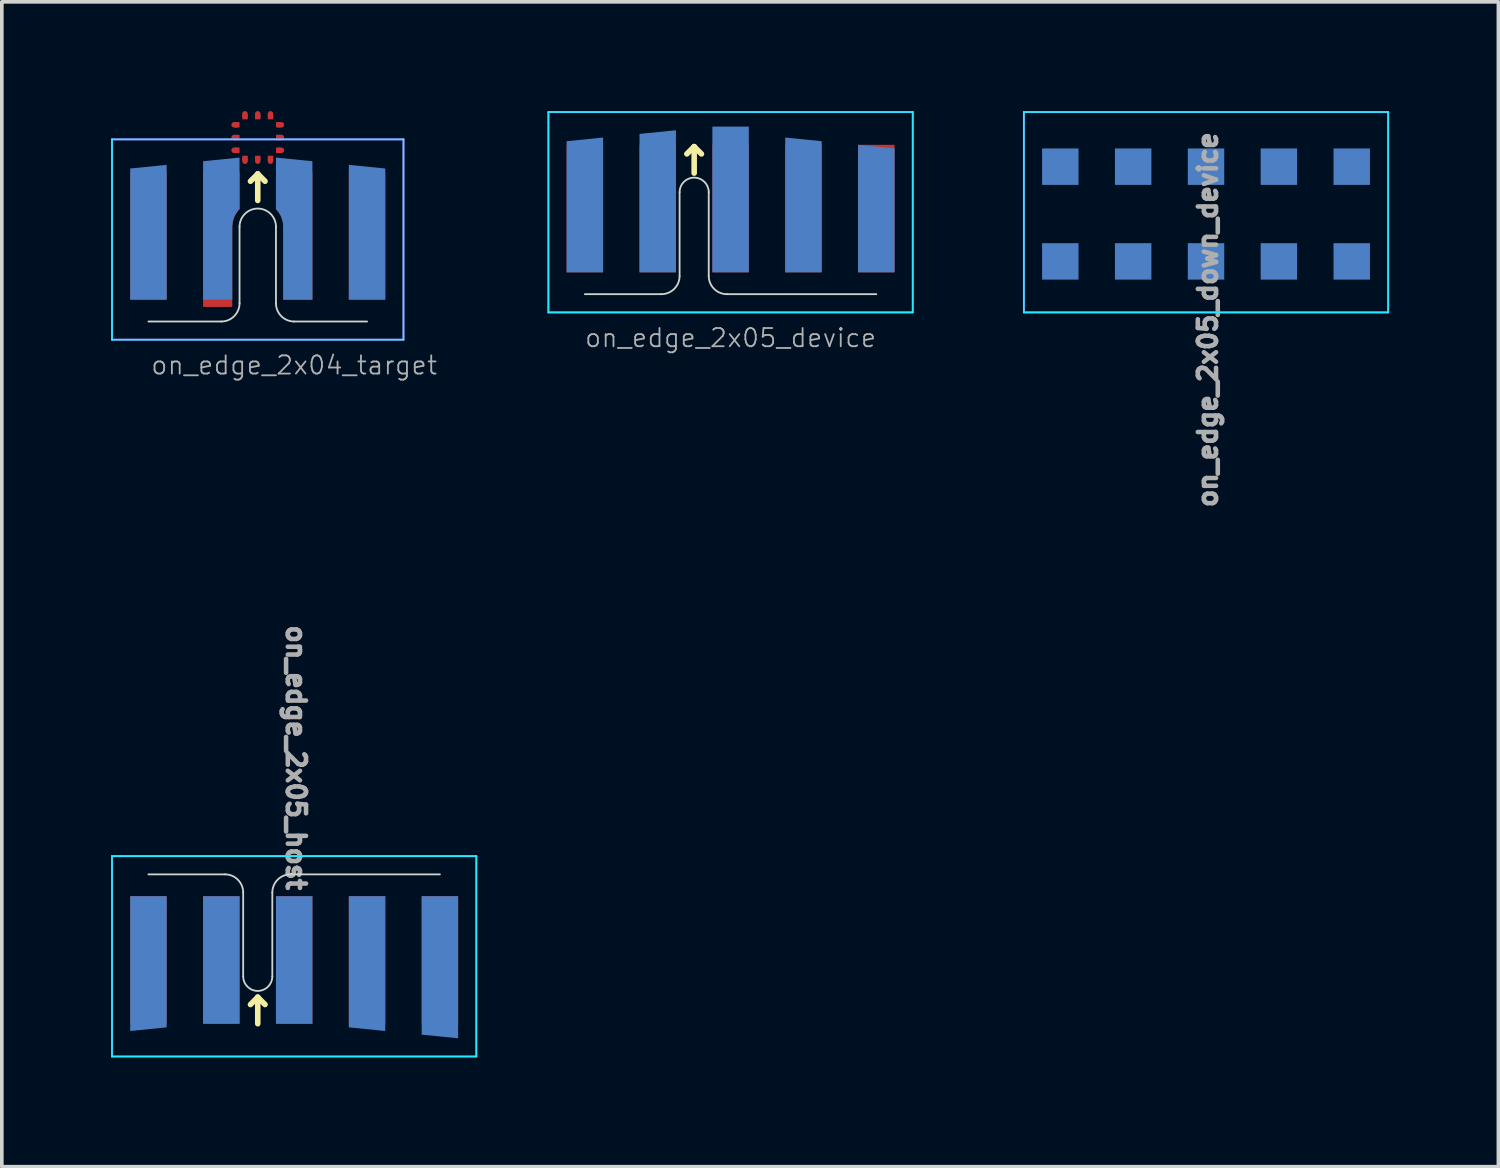
<source format=kicad_pcb>
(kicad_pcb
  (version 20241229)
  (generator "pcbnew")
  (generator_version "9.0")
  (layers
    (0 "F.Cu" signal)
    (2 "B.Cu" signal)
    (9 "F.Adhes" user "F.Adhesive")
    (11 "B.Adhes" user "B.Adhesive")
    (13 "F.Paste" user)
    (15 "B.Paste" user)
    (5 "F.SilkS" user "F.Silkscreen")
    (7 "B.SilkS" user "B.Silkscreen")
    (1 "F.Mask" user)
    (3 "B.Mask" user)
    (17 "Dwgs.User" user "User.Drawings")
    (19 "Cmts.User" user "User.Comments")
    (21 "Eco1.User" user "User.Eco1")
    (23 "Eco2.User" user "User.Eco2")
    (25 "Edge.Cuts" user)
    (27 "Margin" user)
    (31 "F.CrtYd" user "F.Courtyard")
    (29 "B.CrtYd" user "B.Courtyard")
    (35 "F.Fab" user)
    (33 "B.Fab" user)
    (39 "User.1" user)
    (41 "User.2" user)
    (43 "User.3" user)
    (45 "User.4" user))
  (footprint "on_edge_2x04_target"
    (layer "F.Cu")
    (at 5.025 5.775)
    (property "Reference" "on_edge_2x04_target" (at 0 1.2 0) (unlocked yes) (layer "F.Fab") (effects (font (size 0.5 0.5) (thickness 0.05))))
    (attr exclude_from_pos_files exclude_from_bom)
    (fp_line (start -1.6 -5.4) (end -1.65 -5.4) (stroke (width 0.15) (type solid)) (layer "F.Cu"))
    (fp_line (start -1.6 -5.05) (end -1.65 -5.05) (stroke (width 0.15) (type solid)) (layer "F.Cu"))
    (fp_line (start -1.6 -4.7) (end -1.65 -4.7) (stroke (width 0.15) (type solid)) (layer "F.Cu"))
    (fp_line (start -1.35 -5.65) (end -1.35 -5.7) (stroke (width 0.15) (type solid)) (layer "F.Cu"))
    (fp_line (start -1.35 -4.45) (end -1.35 -4.4) (stroke (width 0.15) (type solid)) (layer "F.Cu"))
    (fp_line (start -1 -5.65) (end -1 -5.7) (stroke (width 0.15) (type solid)) (layer "F.Cu"))
    (fp_line (start -1 -4.45) (end -1 -4.4) (stroke (width 0.15) (type solid)) (layer "F.Cu"))
    (fp_line (start -0.65 -5.65) (end -0.65 -5.7) (stroke (width 0.15) (type solid)) (layer "F.Cu"))
    (fp_line (start -0.65 -4.45) (end -0.65 -4.4) (stroke (width 0.15) (type solid)) (layer "F.Cu"))
    (fp_line (start -0.4 -5.4) (end -0.35 -5.4) (stroke (width 0.15) (type solid)) (layer "F.Cu"))
    (fp_line (start -0.4 -5.05) (end -0.35 -5.05) (stroke (width 0.15) (type solid)) (layer "F.Cu"))
    (fp_line (start -0.4 -4.7) (end -0.35 -4.7) (stroke (width 0.15) (type solid)) (layer "F.Cu"))
    (fp_poly (pts (xy -1.5 -5.475) (xy -1.5 -5.325) (xy -1.625 -5.325) (xy -1.625 -5.475)) (stroke (width 0) (type solid)) (fill yes) (layer "F.Cu"))
    (fp_poly (pts (xy -1.5 -5.125) (xy -1.5 -4.975) (xy -1.625 -4.975) (xy -1.625 -5.125)) (stroke (width 0) (type solid)) (fill yes) (layer "F.Cu"))
    (fp_poly (pts (xy -1.5 -4.775) (xy -1.5 -4.625) (xy -1.625 -4.625) (xy -1.625 -4.775)) (stroke (width 0) (type solid)) (fill yes) (layer "F.Cu"))
    (fp_poly (pts (xy -1.425 -4.55) (xy -1.275 -4.55) (xy -1.275 -4.425) (xy -1.425 -4.425)) (stroke (width 0) (type solid)) (fill yes) (layer "F.Cu"))
    (fp_poly (pts (xy -1.275 -5.55) (xy -1.425 -5.55) (xy -1.425 -5.675) (xy -1.275 -5.675)) (stroke (width 0) (type solid)) (fill yes) (layer "F.Cu"))
    (fp_poly (pts (xy -1.075 -4.55) (xy -0.925 -4.55) (xy -0.925 -4.425) (xy -1.075 -4.425)) (stroke (width 0) (type solid)) (fill yes) (layer "F.Cu"))
    (fp_poly (pts (xy -0.925 -5.55) (xy -1.075 -5.55) (xy -1.075 -5.675) (xy -0.925 -5.675)) (stroke (width 0) (type solid)) (fill yes) (layer "F.Cu"))
    (fp_poly (pts (xy -0.725 -4.55) (xy -0.575 -4.55) (xy -0.575 -4.425) (xy -0.725 -4.425)) (stroke (width 0) (type solid)) (fill yes) (layer "F.Cu"))
    (fp_poly (pts (xy -0.575 -5.55) (xy -0.725 -5.55) (xy -0.725 -5.675) (xy -0.575 -5.675)) (stroke (width 0) (type solid)) (fill yes) (layer "F.Cu"))
    (fp_poly (pts (xy -0.5 -5.325) (xy -0.5 -5.475) (xy -0.375 -5.475) (xy -0.375 -5.325)) (stroke (width 0) (type solid)) (fill yes) (layer "F.Cu"))
    (fp_poly (pts (xy -0.5 -4.975) (xy -0.5 -5.125) (xy -0.375 -5.125) (xy -0.375 -4.975)) (stroke (width 0) (type solid)) (fill yes) (layer "F.Cu"))
    (fp_poly (pts (xy -0.5 -4.625) (xy -0.5 -4.775) (xy -0.375 -4.775) (xy -0.375 -4.625)) (stroke (width 0) (type solid)) (fill yes) (layer "F.Cu"))
    (fp_line (start -1.5 -5.4) (end -1.65 -5.4) (stroke (width 0.15) (type solid)) (layer "F.Mask"))
    (fp_line (start -1.5 -5.05) (end -1.65 -5.05) (stroke (width 0.15) (type solid)) (layer "F.Mask"))
    (fp_line (start -1.5 -4.7) (end -1.65 -4.7) (stroke (width 0.15) (type solid)) (layer "F.Mask"))
    (fp_line (start -1.35 -5.55) (end -1.35 -5.7) (stroke (width 0.15) (type solid)) (layer "F.Mask"))
    (fp_line (start -1.35 -4.55) (end -1.35 -4.4) (stroke (width 0.15) (type solid)) (layer "F.Mask"))
    (fp_line (start -1 -5.55) (end -1 -5.7) (stroke (width 0.15) (type solid)) (layer "F.Mask"))
    (fp_line (start -1 -4.55) (end -1 -4.4) (stroke (width 0.15) (type solid)) (layer "F.Mask"))
    (fp_line (start -0.65 -5.55) (end -0.65 -5.7) (stroke (width 0.15) (type solid)) (layer "F.Mask"))
    (fp_line (start -0.65 -4.55) (end -0.65 -4.4) (stroke (width 0.15) (type solid)) (layer "F.Mask"))
    (fp_line (start -0.5 -5.4) (end -0.35 -5.4) (stroke (width 0.15) (type solid)) (layer "F.Mask"))
    (fp_line (start -0.5 -5.05) (end -0.35 -5.05) (stroke (width 0.15) (type solid)) (layer "F.Mask"))
    (fp_line (start -0.5 -4.7) (end -0.35 -4.7) (stroke (width 0.15) (type solid)) (layer "F.Mask"))
    (fp_poly (pts (xy -0.55 -4.6) (xy -1.45 -4.6) (xy -1.45 -5.5) (xy -0.55 -5.5)) (stroke (width 0.1) (type solid)) (fill yes) (layer "F.Mask"))
    (fp_line (start -1.2 -3.85) (end -1 -4.05) (stroke (width 0.153) (type solid)) (layer "F.SilkS"))
    (fp_line (start -1 -4.05) (end -1 -3.323) (stroke (width 0.153) (type solid)) (layer "F.SilkS"))
    (fp_line (start -1 -4.05) (end -0.8 -3.85) (stroke (width 0.153) (type solid)) (layer "F.SilkS"))
    (fp_line (start -4 0) (end -2 0) (stroke (width 0.05) (type solid)) (layer "Edge.Cuts"))
    (fp_line (start -1.5 -2.6) (end -1.5 -0.5) (stroke (width 0.05) (type solid)) (layer "Edge.Cuts"))
    (fp_line (start -0.5 -0.5) (end -0.5 -2.6) (stroke (width 0.05) (type solid)) (layer "Edge.Cuts"))
    (fp_line (start 0 0) (end 2 0) (stroke (width 0.05) (type solid)) (layer "Edge.Cuts"))
    (fp_arc (start -1.5 -2.6) (mid -1 -3.1) (end -0.5 -2.6) (stroke (width 0.05) (type solid)) (layer "Edge.Cuts"))
    (fp_arc (start -1.5 -0.5) (mid -1.646447 -0.146447) (end -2 0) (stroke (width 0.05) (type solid)) (layer "Edge.Cuts"))
    (fp_arc (start 0 0) (mid -0.353553 -0.146447) (end -0.5 -0.5) (stroke (width 0.05) (type solid)) (layer "Edge.Cuts"))
    (fp_line (start -5 -5) (end -5 0.5) (stroke (width 0.05) (type solid)) (layer "B.CrtYd"))
    (fp_line (start -5 0.5) (end 3 0.5) (stroke (width 0.05) (type solid)) (layer "B.CrtYd"))
    (fp_line (start 3 -5) (end -5 -5) (stroke (width 0.05) (type solid)) (layer "B.CrtYd"))
    (fp_line (start 3 0.5) (end 3 -5) (stroke (width 0.05) (type solid)) (layer "B.CrtYd"))
    (fp_line (start -5 -5) (end 3 -5) (stroke (width 0.05) (type solid)) (layer "F.CrtYd"))
    (fp_line (start -5 0.5) (end -5 -5) (stroke (width 0.05) (type solid)) (layer "F.CrtYd"))
    (fp_line (start 3 -5) (end 3 0.5) (stroke (width 0.05) (type solid)) (layer "F.CrtYd"))
    (fp_line (start 3 0.5) (end -5 0.5) (stroke (width 0.05) (type solid)) (layer "F.CrtYd"))
    (pad "1" smd custom (at -2 -3.6) (size 1 1) (layers "F.Cu" "F.Mask") (options (anchor rect)) (primitives (gr_poly (pts (xy 0.3 1) (xy 0.31 0.89) (xy 0.33 0.81) (xy 0.35 0.75) (xy 0.37 0.7) (xy 0.4 0.65) (xy 0.44 0.59) (xy 0.48 0.54) (xy 0.5 0.52) (xy 0.5 -0.5) (xy -0.5 -0.5) (xy -0.5 3.2) (xy 0.3 3.2)) (width 0) (fill yes))))
    (pad "2" smd custom (at 0 -3.6) (size 1 1) (layers "F.Cu" "F.Mask") (options (anchor rect)) (primitives (gr_poly (pts (xy -0.3 1) (xy -0.31 0.89) (xy -0.33 0.81) (xy -0.35 0.75) (xy -0.37 0.7) (xy -0.4 0.65) (xy -0.44 0.59) (xy -0.48 0.54) (xy -0.5 0.52) (xy -0.5 -0.5) (xy 0.5 -0.5) (xy 0.5 3) (xy -0.3 3)) (width 0) (fill yes))))
    (pad "3" smd custom (at -2 -2.1) (size 0.4 0.4) (layers "B.Cu" "B.Mask") (options (anchor rect)) (primitives (gr_poly (pts (xy 0.3 -0.51) (xy 0.31 -0.62) (xy 0.33 -0.7) (xy 0.35 -0.76) (xy 0.37 -0.81) (xy 0.4 -0.86) (xy 0.44 -0.92) (xy 0.48 -0.97) (xy 0.5 -0.99) (xy 0.5 -2.4) (xy -0.5 -2.3) (xy -0.5 1.5) (xy 0.3 1.5)) (width 0) (fill yes))))
    (pad "4" smd custom (at 0 -2.1) (size 0.4 0.4) (layers "B.Cu" "B.Mask") (options (anchor rect)) (primitives (gr_poly (pts (xy -0.3 -0.51) (xy -0.31 -0.62) (xy -0.33 -0.7) (xy -0.35 -0.76) (xy -0.37 -0.81) (xy -0.4 -0.86) (xy -0.44 -0.92) (xy -0.48 -0.97) (xy -0.5 -0.99) (xy -0.5 -2.4) (xy 0.5 -2.3) (xy 0.5 1.5) (xy -0.3 1.5)) (width 0) (fill yes))))
    (pad "5" smd rect (at 2 -2.35 180) (size 1 3.5) (layers "F.Cu" "F.Mask"))
    (pad "6" smd custom (at 2 -2.4) (size 1 3.6) (layers "B.Cu" "B.Mask") (options (anchor rect)) (primitives (gr_poly (pts (xy -0.5 -1.8) (xy -0.5 -1.9) (xy 0.5 -1.8)) (width 0) (fill yes))))
    (pad "7" smd rect (at -4 -2.35 180) (size 1 3.5) (layers "F.Cu" "F.Mask"))
    (pad "8" smd custom (at -4 -2.4) (size 1 3.6) (layers "B.Cu" "B.Mask") (options (anchor rect)) (primitives (gr_poly (pts (xy 0.5 -1.8) (xy 0.5 -1.9) (xy -0.5 -1.8)) (width 0) (fill yes)))))
  (footprint "on_edge_2x05_device"
    (layer "F.Cu")
    (at 17.004 5.025)
    (property "Reference" "on_edge_2x05_device" (at 0 1.2 0) (unlocked yes) (layer "F.Fab") (effects (font (size 0.5 0.5) (thickness 0.05))))
    (attr exclude_from_pos_files exclude_from_bom)
    (fp_line (start -1.2 -3.85) (end -1 -4.05) (stroke (width 0.153) (type solid)) (layer "F.SilkS"))
    (fp_line (start -1 -4.05) (end -1 -3.323) (stroke (width 0.153) (type solid)) (layer "F.SilkS"))
    (fp_line (start -1 -4.05) (end -0.8 -3.85) (stroke (width 0.153) (type solid)) (layer "F.SilkS"))
    (fp_line (start -4 0) (end -1.9 0) (stroke (width 0.05) (type solid)) (layer "Edge.Cuts"))
    (fp_line (start -1.4 -2.8) (end -1.4 -0.5) (stroke (width 0.05) (type solid)) (layer "Edge.Cuts"))
    (fp_line (start -0.6 -0.5) (end -0.6 -2.8) (stroke (width 0.05) (type solid)) (layer "Edge.Cuts"))
    (fp_line (start -0.1 0) (end 4 0) (stroke (width 0.05) (type solid)) (layer "Edge.Cuts"))
    (fp_arc (start -1.4 -2.8) (mid -1 -3.2) (end -0.6 -2.8) (stroke (width 0.05) (type solid)) (layer "Edge.Cuts"))
    (fp_arc (start -1.4 -0.5) (mid -1.546447 -0.146447) (end -1.9 0) (stroke (width 0.05) (type solid)) (layer "Edge.Cuts"))
    (fp_arc (start -0.1 0) (mid -0.453553 -0.146447) (end -0.6 -0.5) (stroke (width 0.05) (type solid)) (layer "Edge.Cuts"))
    (fp_line (start -5 -5) (end -5 0.5) (stroke (width 0.05) (type solid)) (layer "B.CrtYd"))
    (fp_line (start -5 0.5) (end 5 0.5) (stroke (width 0.05) (type solid)) (layer "B.CrtYd"))
    (fp_line (start 5 -5) (end -5 -5) (stroke (width 0.05) (type solid)) (layer "B.CrtYd"))
    (fp_line (start 5 0.5) (end 5 -5) (stroke (width 0.05) (type solid)) (layer "B.CrtYd"))
    (fp_line (start -5 -5) (end 5 -5) (stroke (width 0.05) (type solid)) (layer "F.CrtYd"))
    (fp_line (start -5 0.5) (end -5 -5) (stroke (width 0.05) (type solid)) (layer "F.CrtYd"))
    (fp_line (start 5 -5) (end 5 0.5) (stroke (width 0.05) (type solid)) (layer "F.CrtYd"))
    (fp_line (start 5 0.5) (end -5 0.5) (stroke (width 0.05) (type solid)) (layer "F.CrtYd"))
    (pad "1" smd rect (at -4 -2.35 180) (size 1 3.5) (layers "F.Cu" "F.Mask"))
    (pad "2" smd rect (at -2 -2.35) (size 1 3.5) (layers "F.Cu" "F.Mask"))
    (pad "3" smd rect (at 0 -2.35) (size 1 3.5) (layers "F.Cu" "F.Mask"))
    (pad "4" smd rect (at 2 -2.35 180) (size 1 3.5) (layers "F.Cu" "F.Mask"))
    (pad "5" smd rect (at 4 -2.35 180) (size 1 3.5) (layers "F.Cu" "F.Mask"))
    (pad "6" smd custom (at -4 -2.4) (size 1 3.6) (layers "B.Cu" "B.Mask") (options (anchor rect)) (primitives (gr_poly (pts (xy 0.5 -1.8) (xy 0.5 -1.9) (xy -0.5 -1.8)) (width 0) (fill yes))))
    (pad "7" smd custom (at -2 -2.1) (size 1 3) (layers "B.Cu" "B.Mask") (options (anchor rect)) (primitives (gr_poly (pts (xy 0.3 -0.51) (xy 0.31 -0.62) (xy 0.33 -0.7) (xy 0.35 -0.76) (xy 0.37 -0.81) (xy 0.4 -0.86) (xy 0.44 -0.92) (xy 0.48 -0.97) (xy 0.5 -0.99) (xy 0.5 -2.4) (xy -0.5 -2.3) (xy -0.5 1.5) (xy 0.3 1.5)) (width 0) (fill yes))))
    (pad "8" smd rect (at 0 -2.6) (size 1 4) (layers "B.Cu" "B.Mask"))
    (pad "9" smd custom (at 2 -2.4) (size 1 3.6) (layers "B.Cu" "B.Mask") (options (anchor rect)) (primitives (gr_poly (pts (xy -0.5 -1.8) (xy -0.5 -1.9) (xy 0.5 -1.8)) (width 0) (fill yes))))
    (pad "10" smd custom (at 4 -2.3) (size 1 3.4) (layers "B.Cu" "B.Mask") (options (anchor rect)) (primitives (gr_poly (pts (xy -0.5 -1.7) (xy -0.5 -1.8) (xy 0.5 -1.7)) (width 0) (fill yes))))
    (zone (net_name "") (layers "F.Cu" "B.Cu") (hatch edge 0.508) (connect_pads) (min_thickness 0.254) (filled_areas_thickness no) (keepout (tracks allowed) (vias not_allowed) (pads allowed) (copperpour not_allowed) (footprints not_allowed)) (placement (enabled no)) (fill) (polygon (pts (xy 22.004 5.025) (xy 12.004 5.025) (xy 12.004 1.025) (xy 22.004 1.025)))))
  (footprint "on_edge_2x05_host"
    (layer "F.Cu")
    (at 5.025 20.95)
    (property "Reference" "on_edge_2x05_host" (at 0.05 -3.2 270) (unlocked yes) (layer "F.Fab") (effects (font (size 0.5 0.5) (thickness 0.125))))
    (attr exclude_from_pos_files exclude_from_bom)
    (fp_line (start -1 3.373) (end -1.2 3.573) (stroke (width 0.153) (type solid)) (layer "F.SilkS"))
    (fp_line (start -1 4.1) (end -1 3.373) (stroke (width 0.153) (type solid)) (layer "F.SilkS"))
    (fp_line (start -0.8 3.573) (end -1 3.373) (stroke (width 0.153) (type solid)) (layer "F.SilkS"))
    (fp_line (start -4 0) (end -1.9 0) (stroke (width 0.05) (type solid)) (layer "Edge.Cuts"))
    (fp_line (start -1.4 0.5) (end -1.4 2.8) (stroke (width 0.05) (type solid)) (layer "Edge.Cuts"))
    (fp_line (start -0.6 2.8) (end -0.6 0.5) (stroke (width 0.05) (type solid)) (layer "Edge.Cuts"))
    (fp_line (start -0.1 0) (end 4 0) (stroke (width 0.05) (type solid)) (layer "Edge.Cuts"))
    (fp_arc (start -1.9 0) (mid -1.546447 0.146447) (end -1.4 0.5) (stroke (width 0.05) (type solid)) (layer "Edge.Cuts"))
    (fp_arc (start -0.6 0.5) (mid -0.453553 0.146447) (end -0.1 0) (stroke (width 0.05) (type solid)) (layer "Edge.Cuts"))
    (fp_arc (start -0.6 2.8) (mid -1 3.2) (end -1.4 2.8) (stroke (width 0.05) (type solid)) (layer "Edge.Cuts"))
    (fp_line (start -5 -0.5) (end 5 -0.5) (stroke (width 0.05) (type solid)) (layer "B.CrtYd"))
    (fp_line (start -5 5) (end -5 -0.5) (stroke (width 0.05) (type solid)) (layer "B.CrtYd"))
    (fp_line (start 5 -0.5) (end 5 5) (stroke (width 0.05) (type solid)) (layer "B.CrtYd"))
    (fp_line (start 5 5) (end -5 5) (stroke (width 0.05) (type solid)) (layer "B.CrtYd"))
    (fp_line (start -5 -0.5) (end -5 5) (stroke (width 0.05) (type solid)) (layer "F.CrtYd"))
    (fp_line (start -5 5) (end 5 5) (stroke (width 0.05) (type solid)) (layer "F.CrtYd"))
    (fp_line (start 5 -0.5) (end -5 -0.5) (stroke (width 0.05) (type solid)) (layer "F.CrtYd"))
    (fp_line (start 5 5) (end 5 -0.5) (stroke (width 0.05) (type solid)) (layer "F.CrtYd"))
    (pad "1" smd rect (at -4 2.35) (size 1 3.5) (layers "F.Cu" "F.Mask"))
    (pad "2" smd rect (at -2 2.35) (size 1 3.5) (layers "F.Cu" "F.Mask"))
    (pad "3" smd rect (at 0 2.35) (size 1 3.5) (layers "F.Cu" "F.Mask"))
    (pad "4" smd rect (at 2 2.35) (size 1 3.5) (layers "F.Cu" "F.Mask"))
    (pad "5" smd rect (at 4 2.35) (size 1 3.5) (layers "F.Cu" "F.Mask"))
    (pad "6" smd custom (at -4 2.4 180) (size 1 3.6) (layers "B.Cu" "B.Mask") (options (anchor rect)) (primitives (gr_poly (pts (xy 0.5 -1.8) (xy -0.5 -1.8) (xy 0.5 -1.9)) (width 0) (fill yes))))
    (pad "7" smd rect (at -2 2.35 180) (size 1 3.5) (layers "B.Cu" "B.Mask"))
    (pad "8" smd rect (at 0 2.35 180) (size 1 3.5) (layers "B.Cu" "B.Mask"))
    (pad "9" smd custom (at 2 2.4 180) (size 1 3.6) (layers "B.Cu" "B.Mask") (options (anchor rect)) (primitives (gr_poly (pts (xy 0.5 -1.8) (xy -0.5 -1.8) (xy -0.5 -1.9)) (width 0) (fill yes))))
    (pad "10" smd custom (at 4 2.5 180) (size 1 3.8) (layers "B.Cu" "B.Mask") (options (anchor rect)) (primitives (gr_poly (pts (xy 0.5 -1.9) (xy -0.5 -1.9) (xy -0.5 -2)) (width 0) (fill yes))))
    (zone (net_name "") (layers "F.Cu" "B.Cu") (hatch edge 0.508) (connect_pads) (min_thickness 0.254) (filled_areas_thickness no) (keepout (tracks allowed) (vias not_allowed) (pads allowed) (copperpour not_allowed) (footprints not_allowed)) (placement (enabled no)) (fill) (polygon (pts (xy 10.025 24.95) (xy 0.025 24.95) (xy 0.025 20.95) (xy 10.025 20.95)))))
  (footprint "on_edge_2x05_down_device"
    (layer "F.Cu")
    (at 30.054 3.025)
    (property "Reference" "on_edge_2x05_down_device" (at 0.05 2.7 90) (unlocked yes) (layer "F.Fab") (effects (font (size 0.5 0.5) (thickness 0.125))))
    (attr exclude_from_pos_files exclude_from_bom)
    (fp_line (start -5 -3) (end -5 2.5) (stroke (width 0.05) (type solid)) (layer "B.CrtYd"))
    (fp_line (start -5 2.5) (end 5 2.5) (stroke (width 0.05) (type solid)) (layer "B.CrtYd"))
    (fp_line (start 5 -3) (end -5 -3) (stroke (width 0.05) (type solid)) (layer "B.CrtYd"))
    (fp_line (start 5 2.5) (end 5 -3) (stroke (width 0.05) (type solid)) (layer "B.CrtYd"))
    (fp_line (start -5 -3) (end 5 -3) (stroke (width 0.05) (type solid)) (layer "F.CrtYd"))
    (fp_line (start -5 2.5) (end -5 -3) (stroke (width 0.05) (type solid)) (layer "F.CrtYd"))
    (fp_line (start 5 -3) (end 5 2.5) (stroke (width 0.05) (type solid)) (layer "F.CrtYd"))
    (fp_line (start 5 2.5) (end -5 2.5) (stroke (width 0.05) (type solid)) (layer "F.CrtYd"))
    (pad "1" smd rect (at -4 1.1 180) (size 1 1) (layers "B.Cu" "B.Mask"))
    (pad "2" smd rect (at -2 1.1 180) (size 1 1) (layers "B.Cu" "B.Mask"))
    (pad "3" smd rect (at 0 1.1 180) (size 1 1) (layers "B.Cu" "B.Mask"))
    (pad "4" smd rect (at 2 1.1 180) (size 1 1) (layers "B.Cu" "B.Mask"))
    (pad "5" smd rect (at 4 1.1 180) (size 1 1) (layers "B.Cu" "B.Mask"))
    (pad "6" smd rect (at -4 -1.5) (size 1 1) (layers "B.Cu" "B.Mask"))
    (pad "7" smd rect (at -2 -1.5) (size 1 1) (layers "B.Cu" "B.Mask"))
    (pad "8" smd rect (at 0 -1.5) (size 1 1) (layers "B.Cu" "B.Mask"))
    (pad "9" smd rect (at 2 -1.5) (size 1 1) (layers "B.Cu" "B.Mask"))
    (pad "10" smd rect (at 4 -1.5) (size 1 1) (layers "B.Cu" "B.Mask")))
  (gr_rect
    (start -3 -3)
    (end 38.079 28.975)
    (stroke (width 0.1) (type default))
    (fill no)
    (layer "Edge.Cuts")))
</source>
